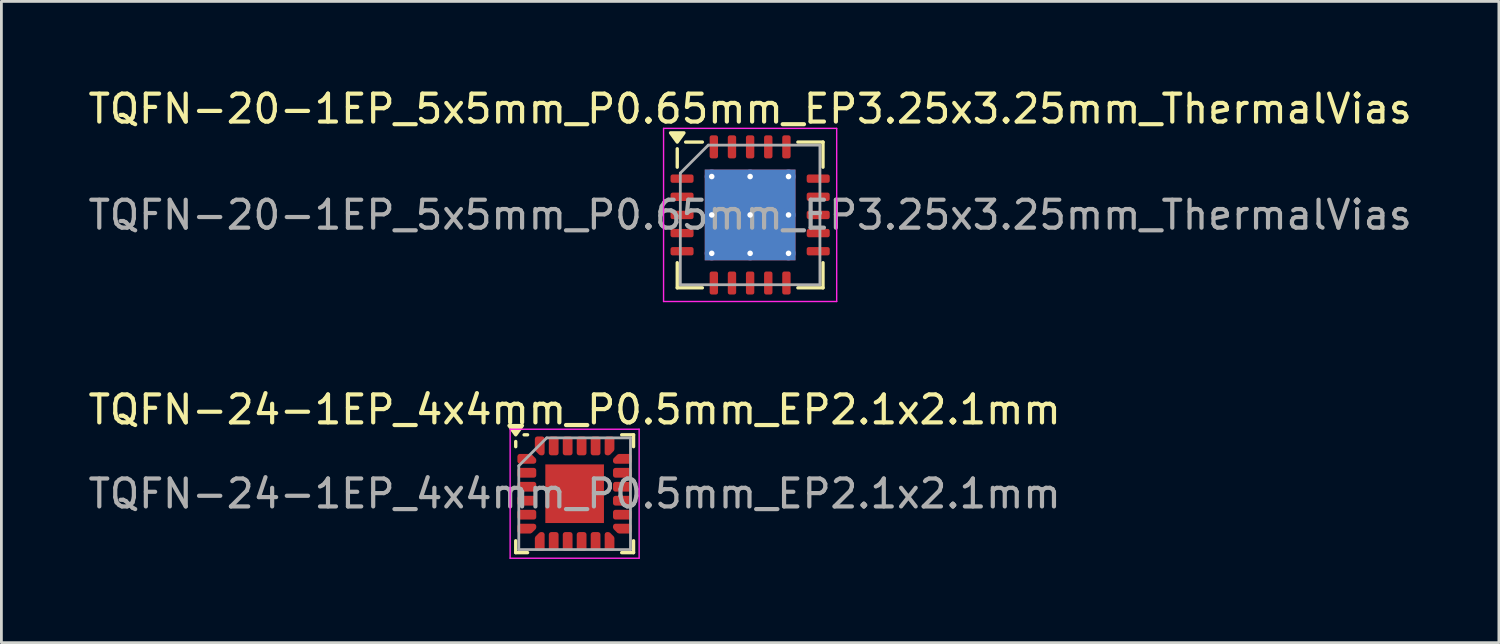
<source format=kicad_pcb>
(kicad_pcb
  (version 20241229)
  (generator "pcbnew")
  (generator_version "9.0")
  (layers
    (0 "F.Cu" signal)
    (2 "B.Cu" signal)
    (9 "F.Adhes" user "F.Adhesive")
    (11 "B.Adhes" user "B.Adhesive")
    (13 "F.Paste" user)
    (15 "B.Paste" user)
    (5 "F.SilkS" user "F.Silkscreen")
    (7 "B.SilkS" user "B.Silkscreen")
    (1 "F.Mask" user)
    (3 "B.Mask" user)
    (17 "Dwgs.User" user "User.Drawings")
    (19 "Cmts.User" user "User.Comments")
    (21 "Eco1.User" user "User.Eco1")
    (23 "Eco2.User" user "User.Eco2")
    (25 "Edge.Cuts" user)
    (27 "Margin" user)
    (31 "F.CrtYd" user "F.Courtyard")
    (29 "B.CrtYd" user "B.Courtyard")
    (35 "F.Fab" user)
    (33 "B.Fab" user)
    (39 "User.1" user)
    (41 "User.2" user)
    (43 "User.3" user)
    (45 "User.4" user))
  (footprint "TQFN-24-1EP_4x4mm_P0.5mm_EP2.1x2.1mm"
    (layer "F.Cu")
    (at 17.53 14.632)
    (property "Reference" "TQFN-24-1EP_4x4mm_P0.5mm_EP2.1x2.1mm" (at 0 -3.01 0) (layer "F.SilkS") (effects (font (size 1 1) (thickness 0.15))))
    (attr smd)
    (fp_line (start -2.11 -1.685) (end -2.11 -1.87) (stroke (width 0.12) (type solid)) (layer "F.SilkS"))
    (fp_line (start -2.11 2.11) (end -2.11 1.685) (stroke (width 0.12) (type solid)) (layer "F.SilkS"))
    (fp_line (start -1.685 -2.11) (end -1.81 -2.11) (stroke (width 0.12) (type solid)) (layer "F.SilkS"))
    (fp_line (start -1.685 2.11) (end -2.11 2.11) (stroke (width 0.12) (type solid)) (layer "F.SilkS"))
    (fp_line (start 1.685 -2.11) (end 2.11 -2.11) (stroke (width 0.12) (type solid)) (layer "F.SilkS"))
    (fp_line (start 1.685 2.11) (end 2.11 2.11) (stroke (width 0.12) (type solid)) (layer "F.SilkS"))
    (fp_line (start 2.11 -2.11) (end 2.11 -1.685) (stroke (width 0.12) (type solid)) (layer "F.SilkS"))
    (fp_line (start 2.11 2.11) (end 2.11 1.685) (stroke (width 0.12) (type solid)) (layer "F.SilkS"))
    (fp_poly (pts (xy -2.11 -2.11) (xy -2.35 -2.44) (xy -1.87 -2.44) (xy -2.11 -2.11)) (stroke (width 0.12) (type solid)) (fill yes) (layer "F.SilkS"))
    (fp_line (start -2.31 -2.31) (end -2.31 2.31) (stroke (width 0.05) (type solid)) (layer "F.CrtYd"))
    (fp_line (start -2.31 2.31) (end 2.31 2.31) (stroke (width 0.05) (type solid)) (layer "F.CrtYd"))
    (fp_line (start 2.31 -2.31) (end -2.31 -2.31) (stroke (width 0.05) (type solid)) (layer "F.CrtYd"))
    (fp_line (start 2.31 2.31) (end 2.31 -2.31) (stroke (width 0.05) (type solid)) (layer "F.CrtYd"))
    (fp_line (start -2 -1) (end -1 -2) (stroke (width 0.1) (type solid)) (layer "F.Fab"))
    (fp_line (start -2 2) (end -2 -1) (stroke (width 0.1) (type solid)) (layer "F.Fab"))
    (fp_line (start -1 -2) (end 2 -2) (stroke (width 0.1) (type solid)) (layer "F.Fab"))
    (fp_line (start 2 -2) (end 2 2) (stroke (width 0.1) (type solid)) (layer "F.Fab"))
    (fp_line (start 2 2) (end -2 2) (stroke (width 0.1) (type solid)) (layer "F.Fab"))
    (fp_text user "${REFERENCE}" (at 0 0 0) (layer "F.Fab") (effects (font (size 1 1) (thickness 0.15))))
    (pad "" smd roundrect (at -0.525 -0.525) (size 0.85 0.85) (layers "F.Paste") (roundrect_rratio 0.25))
    (pad "" smd roundrect (at -0.525 0.525) (size 0.85 0.85) (layers "F.Paste") (roundrect_rratio 0.25))
    (pad "" smd roundrect (at 0.525 -0.525) (size 0.85 0.85) (layers "F.Paste") (roundrect_rratio 0.25))
    (pad "" smd roundrect (at 0.525 0.525) (size 0.85 0.85) (layers "F.Paste") (roundrect_rratio 0.25))
    (pad "1" smd custom (at -1.712 -1.25) (size 0.223 0.223) (layers "F.Cu" "F.Mask" "F.Paste") (options (anchor circle)) (primitives (gr_poly (pts (xy -0.253 -0.09) (xy 0.122 -0.09) (xy 0.253 0.04) (xy 0.253 0.09) (xy -0.253 0.09)) (width 0.17) (fill yes))))
    (pad "2" smd roundrect (at -1.712 -0.75) (size 0.675 0.35) (layers "F.Cu" "F.Mask" "F.Paste") (roundrect_rratio 0.25))
    (pad "3" smd roundrect (at -1.712 -0.25) (size 0.675 0.35) (layers "F.Cu" "F.Mask" "F.Paste") (roundrect_rratio 0.25))
    (pad "4" smd roundrect (at -1.712 0.25) (size 0.675 0.35) (layers "F.Cu" "F.Mask" "F.Paste") (roundrect_rratio 0.25))
    (pad "5" smd roundrect (at -1.712 0.75) (size 0.675 0.35) (layers "F.Cu" "F.Mask" "F.Paste") (roundrect_rratio 0.25))
    (pad "6" smd custom (at -1.712 1.25) (size 0.223 0.223) (layers "F.Cu" "F.Mask" "F.Paste") (options (anchor circle)) (primitives (gr_poly (pts (xy -0.253 -0.09) (xy 0.253 -0.09) (xy 0.253 -0.04) (xy 0.122 0.09) (xy -0.253 0.09)) (width 0.17) (fill yes))))
    (pad "7" smd custom (at -1.25 1.712) (size 0.223 0.223) (layers "F.Cu" "F.Mask" "F.Paste") (options (anchor circle)) (primitives (gr_poly (pts (xy -0.09 -0.122) (xy 0.04 -0.253) (xy 0.09 -0.253) (xy 0.09 0.253) (xy -0.09 0.253)) (width 0.17) (fill yes))))
    (pad "8" smd roundrect (at -0.75 1.712) (size 0.35 0.675) (layers "F.Cu" "F.Mask" "F.Paste") (roundrect_rratio 0.25))
    (pad "9" smd roundrect (at -0.25 1.712) (size 0.35 0.675) (layers "F.Cu" "F.Mask" "F.Paste") (roundrect_rratio 0.25))
    (pad "10" smd roundrect (at 0.25 1.712) (size 0.35 0.675) (layers "F.Cu" "F.Mask" "F.Paste") (roundrect_rratio 0.25))
    (pad "11" smd roundrect (at 0.75 1.712) (size 0.35 0.675) (layers "F.Cu" "F.Mask" "F.Paste") (roundrect_rratio 0.25))
    (pad "12" smd custom (at 1.25 1.712) (size 0.223 0.223) (layers "F.Cu" "F.Mask" "F.Paste") (options (anchor circle)) (primitives (gr_poly (pts (xy -0.09 -0.253) (xy -0.04 -0.253) (xy 0.09 -0.122) (xy 0.09 0.253) (xy -0.09 0.253)) (width 0.17) (fill yes))))
    (pad "13" smd custom (at 1.712 1.25) (size 0.223 0.223) (layers "F.Cu" "F.Mask" "F.Paste") (options (anchor circle)) (primitives (gr_poly (pts (xy -0.253 -0.09) (xy 0.253 -0.09) (xy 0.253 0.09) (xy -0.122 0.09) (xy -0.253 -0.04)) (width 0.17) (fill yes))))
    (pad "14" smd roundrect (at 1.712 0.75) (size 0.675 0.35) (layers "F.Cu" "F.Mask" "F.Paste") (roundrect_rratio 0.25))
    (pad "15" smd roundrect (at 1.712 0.25) (size 0.675 0.35) (layers "F.Cu" "F.Mask" "F.Paste") (roundrect_rratio 0.25))
    (pad "16" smd roundrect (at 1.712 -0.25) (size 0.675 0.35) (layers "F.Cu" "F.Mask" "F.Paste") (roundrect_rratio 0.25))
    (pad "17" smd roundrect (at 1.712 -0.75) (size 0.675 0.35) (layers "F.Cu" "F.Mask" "F.Paste") (roundrect_rratio 0.25))
    (pad "18" smd custom (at 1.712 -1.25) (size 0.223 0.223) (layers "F.Cu" "F.Mask" "F.Paste") (options (anchor circle)) (primitives (gr_poly (pts (xy -0.253 0.04) (xy -0.122 -0.09) (xy 0.253 -0.09) (xy 0.253 0.09) (xy -0.253 0.09)) (width 0.17) (fill yes))))
    (pad "19" smd custom (at 1.25 -1.712) (size 0.223 0.223) (layers "F.Cu" "F.Mask" "F.Paste") (options (anchor circle)) (primitives (gr_poly (pts (xy -0.09 -0.253) (xy 0.09 -0.253) (xy 0.09 0.122) (xy -0.04 0.253) (xy -0.09 0.253)) (width 0.17) (fill yes))))
    (pad "20" smd roundrect (at 0.75 -1.712) (size 0.35 0.675) (layers "F.Cu" "F.Mask" "F.Paste") (roundrect_rratio 0.25))
    (pad "21" smd roundrect (at 0.25 -1.712) (size 0.35 0.675) (layers "F.Cu" "F.Mask" "F.Paste") (roundrect_rratio 0.25))
    (pad "22" smd roundrect (at -0.25 -1.712) (size 0.35 0.675) (layers "F.Cu" "F.Mask" "F.Paste") (roundrect_rratio 0.25))
    (pad "23" smd roundrect (at -0.75 -1.712) (size 0.35 0.675) (layers "F.Cu" "F.Mask" "F.Paste") (roundrect_rratio 0.25))
    (pad "24" smd custom (at -1.25 -1.712) (size 0.223 0.223) (layers "F.Cu" "F.Mask" "F.Paste") (options (anchor circle)) (primitives (gr_poly (pts (xy -0.09 -0.253) (xy 0.09 -0.253) (xy 0.09 0.253) (xy 0.04 0.253) (xy -0.09 0.122)) (width 0.17) (fill yes))))
    (pad "25" smd rect (at 0 0) (size 2.1 2.1) (property pad_prop_heatsink) (layers "F.Cu" "F.Mask")))
  (footprint "TQFN-20-1EP_5x5mm_P0.65mm_EP3.25x3.25mm_ThermalVias"
    (layer "F.Cu")
    (at 23.815 4.648)
    (property "Reference" "TQFN-20-1EP_5x5mm_P0.65mm_EP3.25x3.25mm_ThermalVias" (at 0 -3.8 0) (layer "F.SilkS") (effects (font (size 1 1) (thickness 0.15))))
    (attr smd)
    (fp_line (start -2.61 -1.71) (end -2.61 -2.37) (stroke (width 0.12) (type solid)) (layer "F.SilkS"))
    (fp_line (start -2.61 2.61) (end -2.61 1.71) (stroke (width 0.12) (type solid)) (layer "F.SilkS"))
    (fp_line (start -1.71 -2.61) (end -2.31 -2.61) (stroke (width 0.12) (type solid)) (layer "F.SilkS"))
    (fp_line (start -1.71 2.61) (end -2.61 2.61) (stroke (width 0.12) (type solid)) (layer "F.SilkS"))
    (fp_line (start 1.71 -2.61) (end 2.61 -2.61) (stroke (width 0.12) (type solid)) (layer "F.SilkS"))
    (fp_line (start 1.71 2.61) (end 2.61 2.61) (stroke (width 0.12) (type solid)) (layer "F.SilkS"))
    (fp_line (start 2.61 -2.61) (end 2.61 -1.71) (stroke (width 0.12) (type solid)) (layer "F.SilkS"))
    (fp_line (start 2.61 2.61) (end 2.61 1.71) (stroke (width 0.12) (type solid)) (layer "F.SilkS"))
    (fp_poly (pts (xy -2.61 -2.61) (xy -2.85 -2.94) (xy -2.37 -2.94) (xy -2.61 -2.61)) (stroke (width 0.12) (type solid)) (fill yes) (layer "F.SilkS"))
    (fp_line (start -3.1 -3.1) (end -3.1 3.1) (stroke (width 0.05) (type solid)) (layer "F.CrtYd"))
    (fp_line (start -3.1 3.1) (end 3.1 3.1) (stroke (width 0.05) (type solid)) (layer "F.CrtYd"))
    (fp_line (start 3.1 -3.1) (end -3.1 -3.1) (stroke (width 0.05) (type solid)) (layer "F.CrtYd"))
    (fp_line (start 3.1 3.1) (end 3.1 -3.1) (stroke (width 0.05) (type solid)) (layer "F.CrtYd"))
    (fp_line (start -2.5 -1.5) (end -1.5 -2.5) (stroke (width 0.1) (type solid)) (layer "F.Fab"))
    (fp_line (start -2.5 2.5) (end -2.5 -1.5) (stroke (width 0.1) (type solid)) (layer "F.Fab"))
    (fp_line (start -1.5 -2.5) (end 2.5 -2.5) (stroke (width 0.1) (type solid)) (layer "F.Fab"))
    (fp_line (start 2.5 -2.5) (end 2.5 2.5) (stroke (width 0.1) (type solid)) (layer "F.Fab"))
    (fp_line (start 2.5 2.5) (end -2.5 2.5) (stroke (width 0.1) (type solid)) (layer "F.Fab"))
    (fp_text user "${REFERENCE}" (at 0 0 0) (layer "F.Fab") (effects (font (size 1 1) (thickness 0.15))))
    (pad "" smd roundrect (at -0.81 -0.81) (size 1.41 1.41) (layers "F.Paste") (roundrect_rratio 0.177))
    (pad "" smd roundrect (at -0.81 0.81) (size 1.41 1.41) (layers "F.Paste") (roundrect_rratio 0.177))
    (pad "" smd roundrect (at 0.81 -0.81) (size 1.41 1.41) (layers "F.Paste") (roundrect_rratio 0.177))
    (pad "" smd roundrect (at 0.81 0.81) (size 1.41 1.41) (layers "F.Paste") (roundrect_rratio 0.177))
    (pad "1" smd roundrect (at -2.438 -1.3) (size 0.825 0.3) (layers "F.Cu" "F.Mask" "F.Paste") (roundrect_rratio 0.25))
    (pad "2" smd roundrect (at -2.438 -0.65) (size 0.825 0.3) (layers "F.Cu" "F.Mask" "F.Paste") (roundrect_rratio 0.25))
    (pad "3" smd roundrect (at -2.438 0) (size 0.825 0.3) (layers "F.Cu" "F.Mask" "F.Paste") (roundrect_rratio 0.25))
    (pad "4" smd roundrect (at -2.438 0.65) (size 0.825 0.3) (layers "F.Cu" "F.Mask" "F.Paste") (roundrect_rratio 0.25))
    (pad "5" smd roundrect (at -2.438 1.3) (size 0.825 0.3) (layers "F.Cu" "F.Mask" "F.Paste") (roundrect_rratio 0.25))
    (pad "6" smd roundrect (at -1.3 2.438) (size 0.3 0.825) (layers "F.Cu" "F.Mask" "F.Paste") (roundrect_rratio 0.25))
    (pad "7" smd roundrect (at -0.65 2.438) (size 0.3 0.825) (layers "F.Cu" "F.Mask" "F.Paste") (roundrect_rratio 0.25))
    (pad "8" smd roundrect (at 0 2.438) (size 0.3 0.825) (layers "F.Cu" "F.Mask" "F.Paste") (roundrect_rratio 0.25))
    (pad "9" smd roundrect (at 0.65 2.438) (size 0.3 0.825) (layers "F.Cu" "F.Mask" "F.Paste") (roundrect_rratio 0.25))
    (pad "10" smd roundrect (at 1.3 2.438) (size 0.3 0.825) (layers "F.Cu" "F.Mask" "F.Paste") (roundrect_rratio 0.25))
    (pad "11" smd roundrect (at 2.438 1.3) (size 0.825 0.3) (layers "F.Cu" "F.Mask" "F.Paste") (roundrect_rratio 0.25))
    (pad "12" smd roundrect (at 2.438 0.65) (size 0.825 0.3) (layers "F.Cu" "F.Mask" "F.Paste") (roundrect_rratio 0.25))
    (pad "13" smd roundrect (at 2.438 0) (size 0.825 0.3) (layers "F.Cu" "F.Mask" "F.Paste") (roundrect_rratio 0.25))
    (pad "14" smd roundrect (at 2.438 -0.65) (size 0.825 0.3) (layers "F.Cu" "F.Mask" "F.Paste") (roundrect_rratio 0.25))
    (pad "15" smd roundrect (at 2.438 -1.3) (size 0.825 0.3) (layers "F.Cu" "F.Mask" "F.Paste") (roundrect_rratio 0.25))
    (pad "16" smd roundrect (at 1.3 -2.438) (size 0.3 0.825) (layers "F.Cu" "F.Mask" "F.Paste") (roundrect_rratio 0.25))
    (pad "17" smd roundrect (at 0.65 -2.438) (size 0.3 0.825) (layers "F.Cu" "F.Mask" "F.Paste") (roundrect_rratio 0.25))
    (pad "18" smd roundrect (at 0 -2.438) (size 0.3 0.825) (layers "F.Cu" "F.Mask" "F.Paste") (roundrect_rratio 0.25))
    (pad "19" smd roundrect (at -0.65 -2.438) (size 0.3 0.825) (layers "F.Cu" "F.Mask" "F.Paste") (roundrect_rratio 0.25))
    (pad "20" smd roundrect (at -1.3 -2.438) (size 0.3 0.825) (layers "F.Cu" "F.Mask" "F.Paste") (roundrect_rratio 0.25))
    (pad "21" thru_hole circle (at -1.375 -1.375) (size 0.5 0.5) (drill 0.2) (property pad_prop_heatsink) (layers "*.Cu"))
    (pad "21" thru_hole circle (at -1.375 0) (size 0.5 0.5) (drill 0.2) (property pad_prop_heatsink) (layers "*.Cu"))
    (pad "21" thru_hole circle (at -1.375 1.375) (size 0.5 0.5) (drill 0.2) (property pad_prop_heatsink) (layers "*.Cu"))
    (pad "21" thru_hole circle (at 0 -1.375) (size 0.5 0.5) (drill 0.2) (property pad_prop_heatsink) (layers "*.Cu"))
    (pad "21" thru_hole circle (at 0 0) (size 0.5 0.5) (drill 0.2) (property pad_prop_heatsink) (layers "*.Cu"))
    (pad "21" smd rect (at 0 0) (size 3.25 3.25) (property pad_prop_heatsink) (layers "F.Cu" "F.Mask"))
    (pad "21" smd rect (at 0 0) (size 3.25 3.25) (property pad_prop_heatsink) (layers "B.Cu"))
    (pad "21" thru_hole circle (at 0 1.375) (size 0.5 0.5) (drill 0.2) (property pad_prop_heatsink) (layers "*.Cu"))
    (pad "21" thru_hole circle (at 1.375 -1.375) (size 0.5 0.5) (drill 0.2) (property pad_prop_heatsink) (layers "*.Cu"))
    (pad "21" thru_hole circle (at 1.375 0) (size 0.5 0.5) (drill 0.2) (property pad_prop_heatsink) (layers "*.Cu"))
    (pad "21" thru_hole circle (at 1.375 1.375) (size 0.5 0.5) (drill 0.2) (property pad_prop_heatsink) (layers "*.Cu")))
  (gr_rect
    (start -3 -3)
    (end 50.631 19.966)
    (stroke (width 0.1) (type default))
    (fill no)
    (layer "Edge.Cuts")))
</source>
